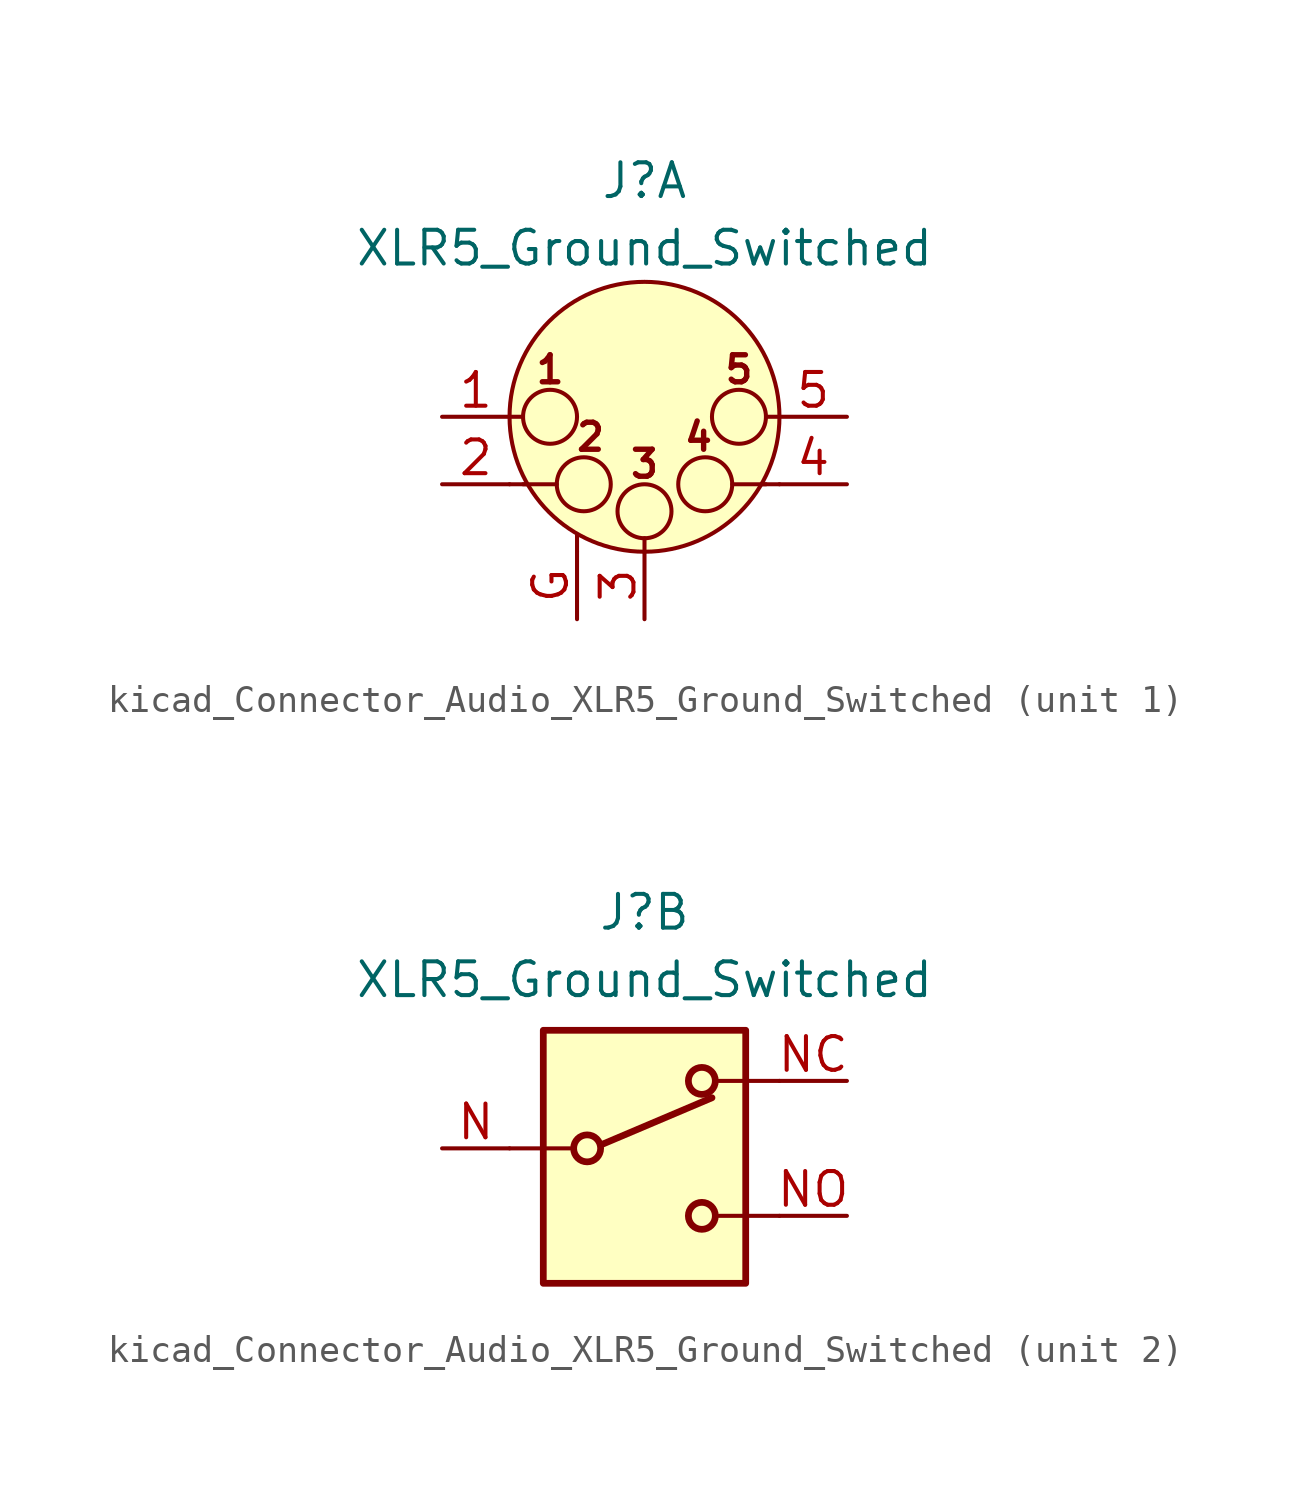
<source format=kicad_sym>
(kicad_symbol_lib
  (version 20220914)
  (generator kicad_symbol_editor)
  (symbol "kicad_Connector_Audio_XLR5_Ground_Switched"
    (pin_names hide)
    (property "Reference" "J"
      (at 0 8.89 0)
      (effects (font (size 1.27 1.27))))
    (property "Value" "XLR5_Ground_Switched"
      (at 0 6.35 0)
      (effects (font (size 1.27 1.27))))
    (property "ki_locked" ""
      (at 0 0 0)
      (effects (font (size 1.27 1.27))))
    (symbol "kicad_Connector_Audio_XLR5_Ground_Switched_1_1"
      (circle (center -3.556 0) (radius 1.016) (stroke (width 0) (type default)) (fill (type none)))
      (circle (center -2.286 -2.54) (radius 1.016) (stroke (width 0) (type default)) (fill (type none)))
      (circle (center 0 -3.556) (radius 1.016) (stroke (width 0) (type default)) (fill (type none)))
      (polyline (pts (xy -5.08 -2.54) (xy -4.445 -2.54)) (stroke (width 0) (type default)) (fill (type none)))
      (polyline (pts (xy -5.08 0) (xy -4.572 0)) (stroke (width 0) (type default)) (fill (type none)))
      (polyline (pts (xy -4.572 -2.54) (xy -3.302 -2.54)) (stroke (width 0) (type default)) (fill (type none)))
      (polyline (pts (xy -2.54 -5.08) (xy -2.54 -4.445)) (stroke (width 0) (type default)) (fill (type none)))
      (polyline (pts (xy 0 -5.08) (xy 0 -4.572)) (stroke (width 0) (type default)) (fill (type none)))
      (polyline (pts (xy 4.572 -2.54) (xy 3.302 -2.54)) (stroke (width 0) (type default)) (fill (type none)))
      (polyline (pts (xy 5.08 -2.54) (xy 4.445 -2.54)) (stroke (width 0) (type default)) (fill (type none)))
      (polyline (pts (xy 5.08 0) (xy 4.572 0)) (stroke (width 0) (type default)) (fill (type none)))
      (circle (center 0 0) (radius 5.08) (stroke (width 0) (type default)) (fill (type background)))
      (circle (center 2.286 -2.54) (radius 1.016) (stroke (width 0) (type default)) (fill (type none)))
      (circle (center 3.556 0) (radius 1.016) (stroke (width 0) (type default)) (fill (type none)))
      (text "1" (at -3.556 1.778 0) (effects (font (size 1.016 1.016) bold)))
      (text "2" (at -2.032 -0.762 0) (effects (font (size 1.016 1.016) bold)))
      (text "3" (at 0 -1.778 0) (effects (font (size 1.016 1.016) bold)))
      (text "4" (at 2.032 -0.762 0) (effects (font (size 1.016 1.016) bold)))
      (text "5" (at 3.556 1.778 0) (effects (font (size 1.016 1.016) bold)))
      (pin passive line (at -7.62 0 0) (length 2.54) (name "P1" (effects (font (size 1.27 1.27)))) (number "1" (effects (font (size 1.27 1.27)))))
      (pin passive line (at -7.62 -2.54 0) (length 2.54) (name "P2" (effects (font (size 1.27 1.27)))) (number "2" (effects (font (size 1.27 1.27)))))
      (pin passive line (at 0 -7.62 90) (length 2.54) (name "P3" (effects (font (size 1.27 1.27)))) (number "3" (effects (font (size 1.27 1.27)))))
      (pin passive line (at 7.62 -2.54 180) (length 2.54) (name "P3" (effects (font (size 1.27 1.27)))) (number "4" (effects (font (size 1.27 1.27)))))
      (pin passive line (at 7.62 0 180) (length 2.54) (name "P5" (effects (font (size 1.27 1.27)))) (number "5" (effects (font (size 1.27 1.27)))))
      (pin passive line (at -2.54 -7.62 90) (length 2.54) (name "~" (effects (font (size 1.27 1.27)))) (number "G" (effects (font (size 1.27 1.27))))))
    (symbol "kicad_Connector_Audio_XLR5_Ground_Switched_2_1"
      (rectangle (start -3.81 4.445) (end 3.81 -5.08) (stroke (width 0.254) (type default)) (fill (type background)))
      (circle (center -2.159 0) (radius 0.508) (stroke (width 0.254) (type default)) (fill (type none)))
      (polyline (pts (xy -5.08 0) (xy -2.794 0)) (stroke (width 0) (type default)) (fill (type none)))
      (polyline (pts (xy -1.651 0.127) (xy 2.54 1.905)) (stroke (width 0.254) (type default)) (fill (type none)))
      (polyline (pts (xy 5.08 -2.54) (xy 2.794 -2.54)) (stroke (width 0) (type default)) (fill (type none)))
      (polyline (pts (xy 5.08 2.54) (xy 2.794 2.54)) (stroke (width 0) (type default)) (fill (type none)))
      (circle (center 2.159 -2.54) (radius 0.508) (stroke (width 0.254) (type default)) (fill (type none)))
      (circle (center 2.159 2.54) (radius 0.508) (stroke (width 0.254) (type default)) (fill (type none)))
      (pin passive line (at -7.62 0 0) (length 2.54) (name "~" (effects (font (size 1.27 1.27)))) (number "N" (effects (font (size 1.27 1.27)))))
      (pin passive line (at 7.62 2.54 180) (length 2.54) (name "~" (effects (font (size 1.27 1.27)))) (number "NC" (effects (font (size 1.27 1.27)))))
      (pin passive line (at 7.62 -2.54 180) (length 2.54) (name "~" (effects (font (size 1.27 1.27)))) (number "NO" (effects (font (size 1.27 1.27))))))))
</source>
